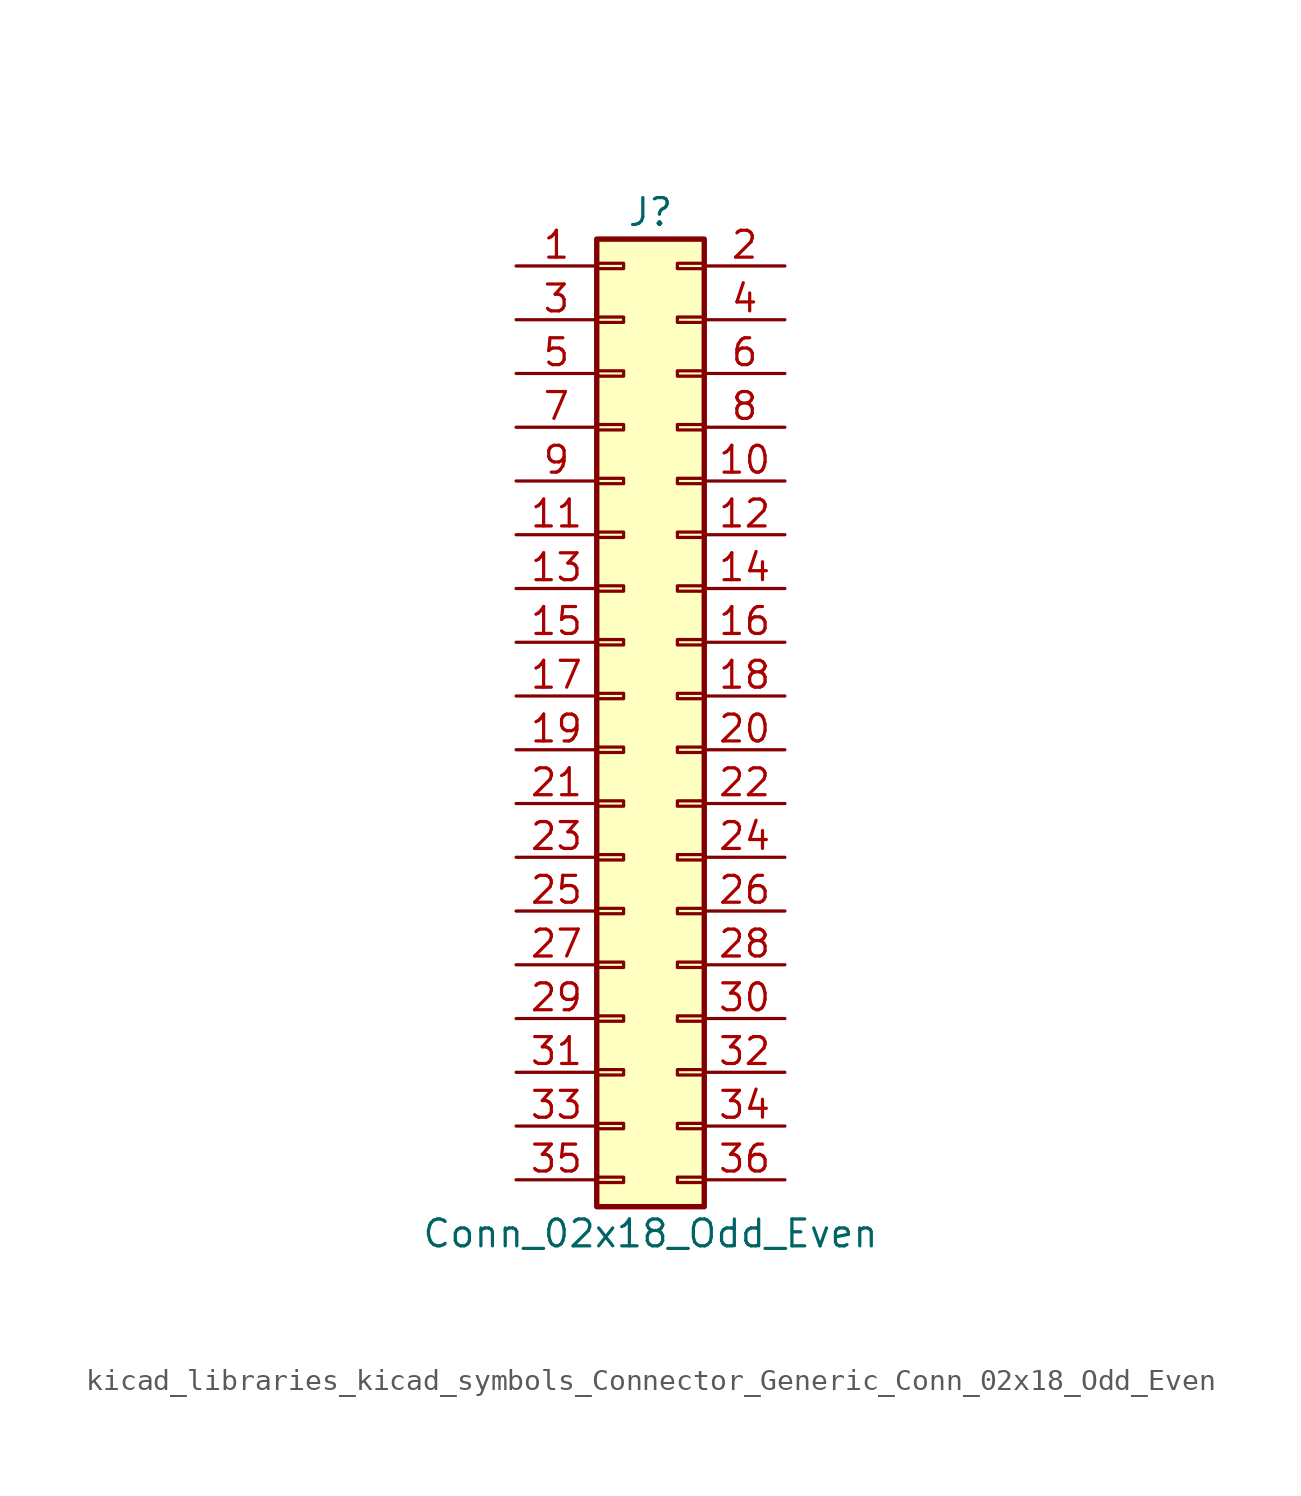
<source format=kicad_sym>
(kicad_symbol_lib
  (version 20220914)
  (generator kicad_symbol_editor)
  (symbol "kicad_libraries_kicad_symbols_Connector_Generic_Conn_02x18_Odd_Even"
    (pin_names
      (offset 1.016) hide)
    (property "Reference" "J"
      (at 1.27 22.86 0)
      (effects (font (size 1.27 1.27))))
    (property "Value" "Conn_02x18_Odd_Even"
      (at 1.27 -25.4 0)
      (effects (font (size 1.27 1.27))))
    (symbol "kicad_libraries_kicad_symbols_Connector_Generic_Conn_02x18_Odd_Even_1_1"
      (rectangle (start -1.27 -22.733) (end 0 -22.987) (stroke (width 0.152) (type default)) (fill (type none)))
      (rectangle (start -1.27 -20.193) (end 0 -20.447) (stroke (width 0.152) (type default)) (fill (type none)))
      (rectangle (start -1.27 -17.653) (end 0 -17.907) (stroke (width 0.152) (type default)) (fill (type none)))
      (rectangle (start -1.27 -15.113) (end 0 -15.367) (stroke (width 0.152) (type default)) (fill (type none)))
      (rectangle (start -1.27 -12.573) (end 0 -12.827) (stroke (width 0.152) (type default)) (fill (type none)))
      (rectangle (start -1.27 -10.033) (end 0 -10.287) (stroke (width 0.152) (type default)) (fill (type none)))
      (rectangle (start -1.27 -7.493) (end 0 -7.747) (stroke (width 0.152) (type default)) (fill (type none)))
      (rectangle (start -1.27 -4.953) (end 0 -5.207) (stroke (width 0.152) (type default)) (fill (type none)))
      (rectangle (start -1.27 -2.413) (end 0 -2.667) (stroke (width 0.152) (type default)) (fill (type none)))
      (rectangle (start -1.27 0.127) (end 0 -0.127) (stroke (width 0.152) (type default)) (fill (type none)))
      (rectangle (start -1.27 2.667) (end 0 2.413) (stroke (width 0.152) (type default)) (fill (type none)))
      (rectangle (start -1.27 5.207) (end 0 4.953) (stroke (width 0.152) (type default)) (fill (type none)))
      (rectangle (start -1.27 7.747) (end 0 7.493) (stroke (width 0.152) (type default)) (fill (type none)))
      (rectangle (start -1.27 10.287) (end 0 10.033) (stroke (width 0.152) (type default)) (fill (type none)))
      (rectangle (start -1.27 12.827) (end 0 12.573) (stroke (width 0.152) (type default)) (fill (type none)))
      (rectangle (start -1.27 15.367) (end 0 15.113) (stroke (width 0.152) (type default)) (fill (type none)))
      (rectangle (start -1.27 17.907) (end 0 17.653) (stroke (width 0.152) (type default)) (fill (type none)))
      (rectangle (start -1.27 20.447) (end 0 20.193) (stroke (width 0.152) (type default)) (fill (type none)))
      (rectangle (start -1.27 21.59) (end 3.81 -24.13) (stroke (width 0.254) (type default)) (fill (type background)))
      (rectangle (start 3.81 -22.733) (end 2.54 -22.987) (stroke (width 0.152) (type default)) (fill (type none)))
      (rectangle (start 3.81 -20.193) (end 2.54 -20.447) (stroke (width 0.152) (type default)) (fill (type none)))
      (rectangle (start 3.81 -17.653) (end 2.54 -17.907) (stroke (width 0.152) (type default)) (fill (type none)))
      (rectangle (start 3.81 -15.113) (end 2.54 -15.367) (stroke (width 0.152) (type default)) (fill (type none)))
      (rectangle (start 3.81 -12.573) (end 2.54 -12.827) (stroke (width 0.152) (type default)) (fill (type none)))
      (rectangle (start 3.81 -10.033) (end 2.54 -10.287) (stroke (width 0.152) (type default)) (fill (type none)))
      (rectangle (start 3.81 -7.493) (end 2.54 -7.747) (stroke (width 0.152) (type default)) (fill (type none)))
      (rectangle (start 3.81 -4.953) (end 2.54 -5.207) (stroke (width 0.152) (type default)) (fill (type none)))
      (rectangle (start 3.81 -2.413) (end 2.54 -2.667) (stroke (width 0.152) (type default)) (fill (type none)))
      (rectangle (start 3.81 0.127) (end 2.54 -0.127) (stroke (width 0.152) (type default)) (fill (type none)))
      (rectangle (start 3.81 2.667) (end 2.54 2.413) (stroke (width 0.152) (type default)) (fill (type none)))
      (rectangle (start 3.81 5.207) (end 2.54 4.953) (stroke (width 0.152) (type default)) (fill (type none)))
      (rectangle (start 3.81 7.747) (end 2.54 7.493) (stroke (width 0.152) (type default)) (fill (type none)))
      (rectangle (start 3.81 10.287) (end 2.54 10.033) (stroke (width 0.152) (type default)) (fill (type none)))
      (rectangle (start 3.81 12.827) (end 2.54 12.573) (stroke (width 0.152) (type default)) (fill (type none)))
      (rectangle (start 3.81 15.367) (end 2.54 15.113) (stroke (width 0.152) (type default)) (fill (type none)))
      (rectangle (start 3.81 17.907) (end 2.54 17.653) (stroke (width 0.152) (type default)) (fill (type none)))
      (rectangle (start 3.81 20.447) (end 2.54 20.193) (stroke (width 0.152) (type default)) (fill (type none)))
      (pin passive line (at -5.08 20.32 0) (length 3.81) (name "Pin_1" (effects (font (size 1.27 1.27)))) (number "1" (effects (font (size 1.27 1.27)))))
      (pin passive line (at 7.62 10.16 180) (length 3.81) (name "Pin_10" (effects (font (size 1.27 1.27)))) (number "10" (effects (font (size 1.27 1.27)))))
      (pin passive line (at -5.08 7.62 0) (length 3.81) (name "Pin_11" (effects (font (size 1.27 1.27)))) (number "11" (effects (font (size 1.27 1.27)))))
      (pin passive line (at 7.62 7.62 180) (length 3.81) (name "Pin_12" (effects (font (size 1.27 1.27)))) (number "12" (effects (font (size 1.27 1.27)))))
      (pin passive line (at -5.08 5.08 0) (length 3.81) (name "Pin_13" (effects (font (size 1.27 1.27)))) (number "13" (effects (font (size 1.27 1.27)))))
      (pin passive line (at 7.62 5.08 180) (length 3.81) (name "Pin_14" (effects (font (size 1.27 1.27)))) (number "14" (effects (font (size 1.27 1.27)))))
      (pin passive line (at -5.08 2.54 0) (length 3.81) (name "Pin_15" (effects (font (size 1.27 1.27)))) (number "15" (effects (font (size 1.27 1.27)))))
      (pin passive line (at 7.62 2.54 180) (length 3.81) (name "Pin_16" (effects (font (size 1.27 1.27)))) (number "16" (effects (font (size 1.27 1.27)))))
      (pin passive line (at -5.08 0 0) (length 3.81) (name "Pin_17" (effects (font (size 1.27 1.27)))) (number "17" (effects (font (size 1.27 1.27)))))
      (pin passive line (at 7.62 0 180) (length 3.81) (name "Pin_18" (effects (font (size 1.27 1.27)))) (number "18" (effects (font (size 1.27 1.27)))))
      (pin passive line (at -5.08 -2.54 0) (length 3.81) (name "Pin_19" (effects (font (size 1.27 1.27)))) (number "19" (effects (font (size 1.27 1.27)))))
      (pin passive line (at 7.62 20.32 180) (length 3.81) (name "Pin_2" (effects (font (size 1.27 1.27)))) (number "2" (effects (font (size 1.27 1.27)))))
      (pin passive line (at 7.62 -2.54 180) (length 3.81) (name "Pin_20" (effects (font (size 1.27 1.27)))) (number "20" (effects (font (size 1.27 1.27)))))
      (pin passive line (at -5.08 -5.08 0) (length 3.81) (name "Pin_21" (effects (font (size 1.27 1.27)))) (number "21" (effects (font (size 1.27 1.27)))))
      (pin passive line (at 7.62 -5.08 180) (length 3.81) (name "Pin_22" (effects (font (size 1.27 1.27)))) (number "22" (effects (font (size 1.27 1.27)))))
      (pin passive line (at -5.08 -7.62 0) (length 3.81) (name "Pin_23" (effects (font (size 1.27 1.27)))) (number "23" (effects (font (size 1.27 1.27)))))
      (pin passive line (at 7.62 -7.62 180) (length 3.81) (name "Pin_24" (effects (font (size 1.27 1.27)))) (number "24" (effects (font (size 1.27 1.27)))))
      (pin passive line (at -5.08 -10.16 0) (length 3.81) (name "Pin_25" (effects (font (size 1.27 1.27)))) (number "25" (effects (font (size 1.27 1.27)))))
      (pin passive line (at 7.62 -10.16 180) (length 3.81) (name "Pin_26" (effects (font (size 1.27 1.27)))) (number "26" (effects (font (size 1.27 1.27)))))
      (pin passive line (at -5.08 -12.7 0) (length 3.81) (name "Pin_27" (effects (font (size 1.27 1.27)))) (number "27" (effects (font (size 1.27 1.27)))))
      (pin passive line (at 7.62 -12.7 180) (length 3.81) (name "Pin_28" (effects (font (size 1.27 1.27)))) (number "28" (effects (font (size 1.27 1.27)))))
      (pin passive line (at -5.08 -15.24 0) (length 3.81) (name "Pin_29" (effects (font (size 1.27 1.27)))) (number "29" (effects (font (size 1.27 1.27)))))
      (pin passive line (at -5.08 17.78 0) (length 3.81) (name "Pin_3" (effects (font (size 1.27 1.27)))) (number "3" (effects (font (size 1.27 1.27)))))
      (pin passive line (at 7.62 -15.24 180) (length 3.81) (name "Pin_30" (effects (font (size 1.27 1.27)))) (number "30" (effects (font (size 1.27 1.27)))))
      (pin passive line (at -5.08 -17.78 0) (length 3.81) (name "Pin_31" (effects (font (size 1.27 1.27)))) (number "31" (effects (font (size 1.27 1.27)))))
      (pin passive line (at 7.62 -17.78 180) (length 3.81) (name "Pin_32" (effects (font (size 1.27 1.27)))) (number "32" (effects (font (size 1.27 1.27)))))
      (pin passive line (at -5.08 -20.32 0) (length 3.81) (name "Pin_33" (effects (font (size 1.27 1.27)))) (number "33" (effects (font (size 1.27 1.27)))))
      (pin passive line (at 7.62 -20.32 180) (length 3.81) (name "Pin_34" (effects (font (size 1.27 1.27)))) (number "34" (effects (font (size 1.27 1.27)))))
      (pin passive line (at -5.08 -22.86 0) (length 3.81) (name "Pin_35" (effects (font (size 1.27 1.27)))) (number "35" (effects (font (size 1.27 1.27)))))
      (pin passive line (at 7.62 -22.86 180) (length 3.81) (name "Pin_36" (effects (font (size 1.27 1.27)))) (number "36" (effects (font (size 1.27 1.27)))))
      (pin passive line (at 7.62 17.78 180) (length 3.81) (name "Pin_4" (effects (font (size 1.27 1.27)))) (number "4" (effects (font (size 1.27 1.27)))))
      (pin passive line (at -5.08 15.24 0) (length 3.81) (name "Pin_5" (effects (font (size 1.27 1.27)))) (number "5" (effects (font (size 1.27 1.27)))))
      (pin passive line (at 7.62 15.24 180) (length 3.81) (name "Pin_6" (effects (font (size 1.27 1.27)))) (number "6" (effects (font (size 1.27 1.27)))))
      (pin passive line (at -5.08 12.7 0) (length 3.81) (name "Pin_7" (effects (font (size 1.27 1.27)))) (number "7" (effects (font (size 1.27 1.27)))))
      (pin passive line (at 7.62 12.7 180) (length 3.81) (name "Pin_8" (effects (font (size 1.27 1.27)))) (number "8" (effects (font (size 1.27 1.27)))))
      (pin passive line (at -5.08 10.16 0) (length 3.81) (name "Pin_9" (effects (font (size 1.27 1.27)))) (number "9" (effects (font (size 1.27 1.27))))))))
</source>
